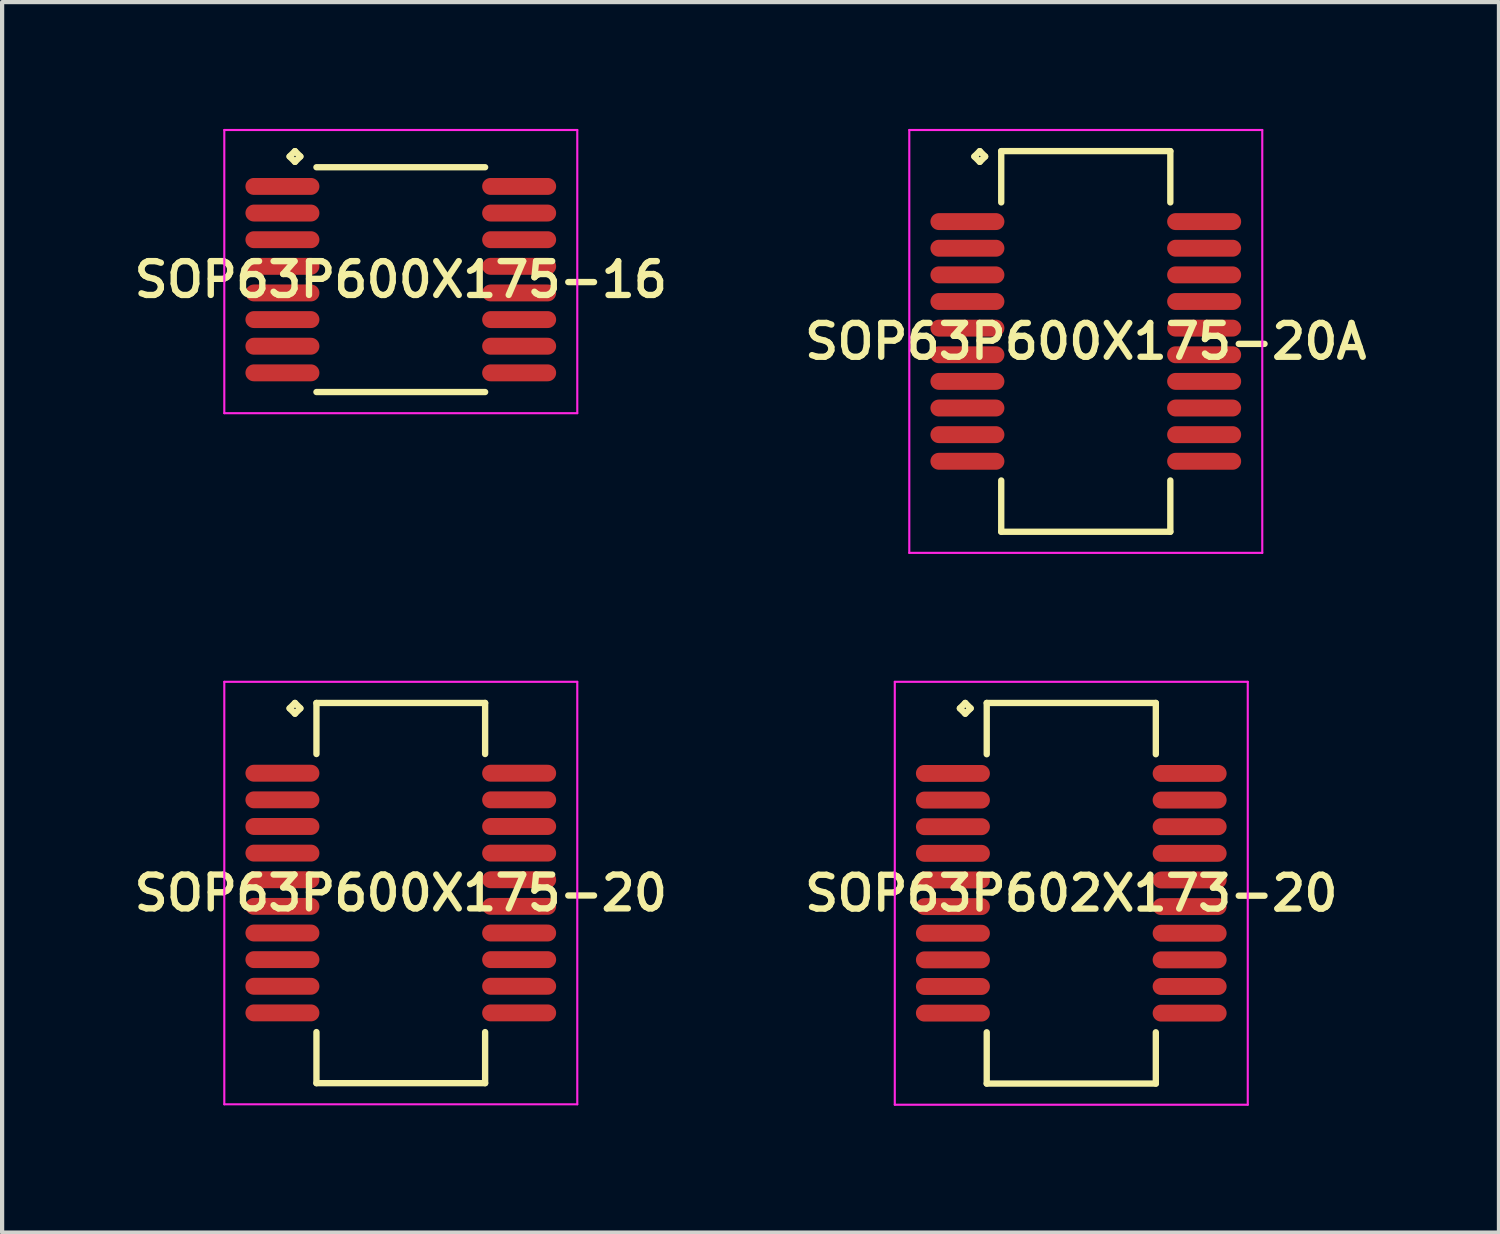
<source format=kicad_pcb>
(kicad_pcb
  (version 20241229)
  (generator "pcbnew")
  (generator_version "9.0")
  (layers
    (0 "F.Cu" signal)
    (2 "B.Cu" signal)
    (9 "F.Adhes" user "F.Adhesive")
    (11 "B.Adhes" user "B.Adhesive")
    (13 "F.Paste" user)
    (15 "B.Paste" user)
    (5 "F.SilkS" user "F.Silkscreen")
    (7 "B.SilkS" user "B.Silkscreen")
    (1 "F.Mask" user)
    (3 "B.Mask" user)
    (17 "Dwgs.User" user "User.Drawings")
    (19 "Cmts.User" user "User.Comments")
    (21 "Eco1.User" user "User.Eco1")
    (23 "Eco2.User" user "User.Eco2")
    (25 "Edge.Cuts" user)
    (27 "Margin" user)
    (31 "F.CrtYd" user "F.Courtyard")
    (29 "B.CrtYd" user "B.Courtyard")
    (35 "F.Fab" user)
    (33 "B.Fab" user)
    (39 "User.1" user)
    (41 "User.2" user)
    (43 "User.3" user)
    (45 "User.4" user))
  (footprint "SOP63P600X175-16"
    (layer "F.Cu")
    (at 6.431 3.565)
    (property "Reference" "SOP63P600X175-16" (at 0 0 0) (layer "F.SilkS") (effects (font (size 0.8 0.8) (thickness 0.15))))
    (attr smd)
    (fp_line (start -2.63 -2.913) (end -2.503 -3.04) (stroke (width 0.15) (type solid)) (layer "F.SilkS"))
    (fp_line (start -2.503 -3.04) (end -2.376 -2.913) (stroke (width 0.15) (type solid)) (layer "F.SilkS"))
    (fp_line (start -2.503 -2.786) (end -2.63 -2.913) (stroke (width 0.15) (type solid)) (layer "F.SilkS"))
    (fp_line (start -2.376 -2.913) (end -2.503 -2.786) (stroke (width 0.15) (type solid)) (layer "F.SilkS"))
    (fp_line (start -1.995 -2.659) (end 1.995 -2.659) (stroke (width 0.15) (type solid)) (layer "F.SilkS"))
    (fp_line (start -1.995 2.659) (end 1.995 2.659) (stroke (width 0.15) (type solid)) (layer "F.SilkS"))
    (fp_line (start -4.175 -3.54) (end 4.175 -3.54) (stroke (width 0.05) (type solid)) (layer "F.CrtYd"))
    (fp_line (start -4.175 3.159) (end -4.175 -3.54) (stroke (width 0.05) (type solid)) (layer "F.CrtYd"))
    (fp_line (start 4.175 -3.54) (end 4.175 3.159) (stroke (width 0.05) (type solid)) (layer "F.CrtYd"))
    (fp_line (start 4.175 3.159) (end -4.175 3.159) (stroke (width 0.05) (type solid)) (layer "F.CrtYd"))
    (pad "1" smd oval (at -2.8 -2.205) (size 1.75 0.4) (layers "F.Cu" "F.Mask" "F.Paste"))
    (pad "2" smd oval (at -2.8 -1.575) (size 1.75 0.4) (layers "F.Cu" "F.Mask" "F.Paste"))
    (pad "3" smd oval (at -2.8 -0.945) (size 1.75 0.4) (layers "F.Cu" "F.Mask" "F.Paste"))
    (pad "4" smd oval (at -2.8 -0.315) (size 1.75 0.4) (layers "F.Cu" "F.Mask" "F.Paste"))
    (pad "5" smd oval (at -2.8 0.315) (size 1.75 0.4) (layers "F.Cu" "F.Mask" "F.Paste"))
    (pad "6" smd oval (at -2.8 0.945) (size 1.75 0.4) (layers "F.Cu" "F.Mask" "F.Paste"))
    (pad "7" smd oval (at -2.8 1.575) (size 1.75 0.4) (layers "F.Cu" "F.Mask" "F.Paste"))
    (pad "8" smd oval (at -2.8 2.205) (size 1.75 0.4) (layers "F.Cu" "F.Mask" "F.Paste"))
    (pad "9" smd oval (at 2.8 2.205) (size 1.75 0.4) (layers "F.Cu" "F.Mask" "F.Paste"))
    (pad "10" smd oval (at 2.8 1.575) (size 1.75 0.4) (layers "F.Cu" "F.Mask" "F.Paste"))
    (pad "11" smd oval (at 2.8 0.945) (size 1.75 0.4) (layers "F.Cu" "F.Mask" "F.Paste"))
    (pad "12" smd oval (at 2.8 0.315) (size 1.75 0.4) (layers "F.Cu" "F.Mask" "F.Paste"))
    (pad "13" smd oval (at 2.8 -0.315) (size 1.75 0.4) (layers "F.Cu" "F.Mask" "F.Paste"))
    (pad "14" smd oval (at 2.8 -0.945) (size 1.75 0.4) (layers "F.Cu" "F.Mask" "F.Paste"))
    (pad "15" smd oval (at 2.8 -1.575) (size 1.75 0.4) (layers "F.Cu" "F.Mask" "F.Paste"))
    (pad "16" smd oval (at 2.8 -2.205) (size 1.75 0.4) (layers "F.Cu" "F.Mask" "F.Paste")))
  (footprint "SOP63P602X173-20"
    (layer "F.Cu")
    (at 22.292 18.081)
    (property "Reference" "SOP63P602X173-20" (at 0 0 0) (layer "F.SilkS") (effects (font (size 0.8 0.8) (thickness 0.15))))
    (attr smd)
    (fp_line (start -2.635 -4.375) (end -2.508 -4.502) (stroke (width 0.15) (type solid)) (layer "F.SilkS"))
    (fp_line (start -2.508 -4.502) (end -2.381 -4.375) (stroke (width 0.15) (type solid)) (layer "F.SilkS"))
    (fp_line (start -2.508 -4.248) (end -2.635 -4.375) (stroke (width 0.15) (type solid)) (layer "F.SilkS"))
    (fp_line (start -2.381 -4.375) (end -2.508 -4.248) (stroke (width 0.15) (type solid)) (layer "F.SilkS"))
    (fp_line (start -2 -4.502) (end 2 -4.502) (stroke (width 0.15) (type solid)) (layer "F.SilkS"))
    (fp_line (start -2 -3.289) (end -2 -4.502) (stroke (width 0.15) (type solid)) (layer "F.SilkS"))
    (fp_line (start -2 3.289) (end -2 4.502) (stroke (width 0.15) (type solid)) (layer "F.SilkS"))
    (fp_line (start -2 4.502) (end 2 4.502) (stroke (width 0.15) (type solid)) (layer "F.SilkS"))
    (fp_line (start 2 -4.502) (end 2 -3.289) (stroke (width 0.15) (type solid)) (layer "F.SilkS"))
    (fp_line (start 2 4.502) (end 2 3.289) (stroke (width 0.15) (type solid)) (layer "F.SilkS"))
    (fp_line (start -4.175 -5.002) (end 4.175 -5.002) (stroke (width 0.05) (type solid)) (layer "F.CrtYd"))
    (fp_line (start -4.175 5.002) (end -4.175 -5.002) (stroke (width 0.05) (type solid)) (layer "F.CrtYd"))
    (fp_line (start 4.175 -5.002) (end 4.175 5.002) (stroke (width 0.05) (type solid)) (layer "F.CrtYd"))
    (fp_line (start 4.175 5.002) (end -4.175 5.002) (stroke (width 0.05) (type solid)) (layer "F.CrtYd"))
    (pad "1" smd oval (at -2.8 -2.835) (size 1.75 0.4) (layers "F.Cu" "F.Mask" "F.Paste"))
    (pad "2" smd oval (at -2.8 -2.205) (size 1.75 0.4) (layers "F.Cu" "F.Mask" "F.Paste"))
    (pad "3" smd oval (at -2.8 -1.575) (size 1.75 0.4) (layers "F.Cu" "F.Mask" "F.Paste"))
    (pad "4" smd oval (at -2.8 -0.945) (size 1.75 0.4) (layers "F.Cu" "F.Mask" "F.Paste"))
    (pad "5" smd oval (at -2.8 -0.315) (size 1.75 0.4) (layers "F.Cu" "F.Mask" "F.Paste"))
    (pad "6" smd oval (at -2.8 0.315) (size 1.75 0.4) (layers "F.Cu" "F.Mask" "F.Paste"))
    (pad "7" smd oval (at -2.8 0.945) (size 1.75 0.4) (layers "F.Cu" "F.Mask" "F.Paste"))
    (pad "8" smd oval (at -2.8 1.575) (size 1.75 0.4) (layers "F.Cu" "F.Mask" "F.Paste"))
    (pad "9" smd oval (at -2.8 2.205) (size 1.75 0.4) (layers "F.Cu" "F.Mask" "F.Paste"))
    (pad "10" smd oval (at -2.8 2.835) (size 1.75 0.4) (layers "F.Cu" "F.Mask" "F.Paste"))
    (pad "11" smd oval (at 2.8 2.835) (size 1.75 0.4) (layers "F.Cu" "F.Mask" "F.Paste"))
    (pad "12" smd oval (at 2.8 2.205) (size 1.75 0.4) (layers "F.Cu" "F.Mask" "F.Paste"))
    (pad "13" smd oval (at 2.8 1.575) (size 1.75 0.4) (layers "F.Cu" "F.Mask" "F.Paste"))
    (pad "14" smd oval (at 2.8 0.945) (size 1.75 0.4) (layers "F.Cu" "F.Mask" "F.Paste"))
    (pad "15" smd oval (at 2.8 0.315) (size 1.75 0.4) (layers "F.Cu" "F.Mask" "F.Paste"))
    (pad "16" smd oval (at 2.8 -0.315) (size 1.75 0.4) (layers "F.Cu" "F.Mask" "F.Paste"))
    (pad "17" smd oval (at 2.8 -0.945) (size 1.75 0.4) (layers "F.Cu" "F.Mask" "F.Paste"))
    (pad "18" smd oval (at 2.8 -1.575) (size 1.75 0.4) (layers "F.Cu" "F.Mask" "F.Paste"))
    (pad "19" smd oval (at 2.8 -2.205) (size 1.75 0.4) (layers "F.Cu" "F.Mask" "F.Paste"))
    (pad "20" smd oval (at 2.8 -2.835) (size 1.75 0.4) (layers "F.Cu" "F.Mask" "F.Paste")))
  (footprint "SOP63P600X175-20A"
    (layer "F.Cu")
    (at 22.635 5.027)
    (property "Reference" "SOP63P600X175-20A" (at 0 0 0) (layer "F.SilkS") (effects (font (size 0.8 0.8) (thickness 0.15))))
    (attr smd)
    (fp_line (start -2.635 -4.375) (end -2.508 -4.502) (stroke (width 0.15) (type solid)) (layer "F.SilkS"))
    (fp_line (start -2.508 -4.502) (end -2.381 -4.375) (stroke (width 0.15) (type solid)) (layer "F.SilkS"))
    (fp_line (start -2.508 -4.248) (end -2.635 -4.375) (stroke (width 0.15) (type solid)) (layer "F.SilkS"))
    (fp_line (start -2.381 -4.375) (end -2.508 -4.248) (stroke (width 0.15) (type solid)) (layer "F.SilkS"))
    (fp_line (start -2 -4.502) (end 2 -4.502) (stroke (width 0.15) (type solid)) (layer "F.SilkS"))
    (fp_line (start -2 -3.289) (end -2 -4.502) (stroke (width 0.15) (type solid)) (layer "F.SilkS"))
    (fp_line (start -2 3.289) (end -2 4.502) (stroke (width 0.15) (type solid)) (layer "F.SilkS"))
    (fp_line (start -2 4.502) (end 2 4.502) (stroke (width 0.15) (type solid)) (layer "F.SilkS"))
    (fp_line (start 2 -4.502) (end 2 -3.289) (stroke (width 0.15) (type solid)) (layer "F.SilkS"))
    (fp_line (start 2 4.502) (end 2 3.289) (stroke (width 0.15) (type solid)) (layer "F.SilkS"))
    (fp_line (start -4.175 -5.002) (end 4.175 -5.002) (stroke (width 0.05) (type solid)) (layer "F.CrtYd"))
    (fp_line (start -4.175 5.002) (end -4.175 -5.002) (stroke (width 0.05) (type solid)) (layer "F.CrtYd"))
    (fp_line (start 4.175 -5.002) (end 4.175 5.002) (stroke (width 0.05) (type solid)) (layer "F.CrtYd"))
    (fp_line (start 4.175 5.002) (end -4.175 5.002) (stroke (width 0.05) (type solid)) (layer "F.CrtYd"))
    (pad "1" smd oval (at -2.8 -2.835) (size 1.75 0.4) (layers "F.Cu" "F.Mask" "F.Paste"))
    (pad "2" smd oval (at -2.8 -2.205) (size 1.75 0.4) (layers "F.Cu" "F.Mask" "F.Paste"))
    (pad "3" smd oval (at -2.8 -1.575) (size 1.75 0.4) (layers "F.Cu" "F.Mask" "F.Paste"))
    (pad "4" smd oval (at -2.8 -0.945) (size 1.75 0.4) (layers "F.Cu" "F.Mask" "F.Paste"))
    (pad "5" smd oval (at -2.8 -0.315) (size 1.75 0.4) (layers "F.Cu" "F.Mask" "F.Paste"))
    (pad "6" smd oval (at -2.8 0.315) (size 1.75 0.4) (layers "F.Cu" "F.Mask" "F.Paste"))
    (pad "7" smd oval (at -2.8 0.945) (size 1.75 0.4) (layers "F.Cu" "F.Mask" "F.Paste"))
    (pad "8" smd oval (at -2.8 1.575) (size 1.75 0.4) (layers "F.Cu" "F.Mask" "F.Paste"))
    (pad "9" smd oval (at -2.8 2.205) (size 1.75 0.4) (layers "F.Cu" "F.Mask" "F.Paste"))
    (pad "10" smd oval (at -2.8 2.835) (size 1.75 0.4) (layers "F.Cu" "F.Mask" "F.Paste"))
    (pad "11" smd oval (at 2.8 2.835) (size 1.75 0.4) (layers "F.Cu" "F.Mask" "F.Paste"))
    (pad "12" smd oval (at 2.8 2.205) (size 1.75 0.4) (layers "F.Cu" "F.Mask" "F.Paste"))
    (pad "13" smd oval (at 2.8 1.575) (size 1.75 0.4) (layers "F.Cu" "F.Mask" "F.Paste"))
    (pad "14" smd oval (at 2.8 0.945) (size 1.75 0.4) (layers "F.Cu" "F.Mask" "F.Paste"))
    (pad "15" smd oval (at 2.8 0.315) (size 1.75 0.4) (layers "F.Cu" "F.Mask" "F.Paste"))
    (pad "16" smd oval (at 2.8 -0.315) (size 1.75 0.4) (layers "F.Cu" "F.Mask" "F.Paste"))
    (pad "17" smd oval (at 2.8 -0.945) (size 1.75 0.4) (layers "F.Cu" "F.Mask" "F.Paste"))
    (pad "18" smd oval (at 2.8 -1.575) (size 1.75 0.4) (layers "F.Cu" "F.Mask" "F.Paste"))
    (pad "19" smd oval (at 2.8 -2.205) (size 1.75 0.4) (layers "F.Cu" "F.Mask" "F.Paste"))
    (pad "20" smd oval (at 2.8 -2.835) (size 1.75 0.4) (layers "F.Cu" "F.Mask" "F.Paste")))
  (footprint "SOP63P600X175-20"
    (layer "F.Cu")
    (at 6.431 18.076)
    (property "Reference" "SOP63P600X175-20" (at 0 0 0) (layer "F.SilkS") (effects (font (size 0.8 0.8) (thickness 0.15))))
    (attr smd)
    (fp_line (start -2.63 -4.37) (end -2.503 -4.497) (stroke (width 0.15) (type solid)) (layer "F.SilkS"))
    (fp_line (start -2.503 -4.497) (end -2.376 -4.37) (stroke (width 0.15) (type solid)) (layer "F.SilkS"))
    (fp_line (start -2.503 -4.243) (end -2.63 -4.37) (stroke (width 0.15) (type solid)) (layer "F.SilkS"))
    (fp_line (start -2.376 -4.37) (end -2.503 -4.243) (stroke (width 0.15) (type solid)) (layer "F.SilkS"))
    (fp_line (start -1.995 -4.497) (end 1.995 -4.497) (stroke (width 0.15) (type solid)) (layer "F.SilkS"))
    (fp_line (start -1.995 -3.289) (end -1.995 -4.497) (stroke (width 0.15) (type solid)) (layer "F.SilkS"))
    (fp_line (start -1.995 3.289) (end -1.995 4.497) (stroke (width 0.15) (type solid)) (layer "F.SilkS"))
    (fp_line (start -1.995 4.497) (end 1.995 4.497) (stroke (width 0.15) (type solid)) (layer "F.SilkS"))
    (fp_line (start 1.995 -4.497) (end 1.995 -3.289) (stroke (width 0.15) (type solid)) (layer "F.SilkS"))
    (fp_line (start 1.995 4.497) (end 1.995 3.289) (stroke (width 0.15) (type solid)) (layer "F.SilkS"))
    (fp_line (start -4.175 -4.997) (end 4.175 -4.997) (stroke (width 0.05) (type solid)) (layer "F.CrtYd"))
    (fp_line (start -4.175 4.997) (end -4.175 -4.997) (stroke (width 0.05) (type solid)) (layer "F.CrtYd"))
    (fp_line (start 4.175 -4.997) (end 4.175 4.997) (stroke (width 0.05) (type solid)) (layer "F.CrtYd"))
    (fp_line (start 4.175 4.997) (end -4.175 4.997) (stroke (width 0.05) (type solid)) (layer "F.CrtYd"))
    (pad "1" smd oval (at -2.8 -2.835) (size 1.75 0.4) (layers "F.Cu" "F.Mask" "F.Paste"))
    (pad "2" smd oval (at -2.8 -2.205) (size 1.75 0.4) (layers "F.Cu" "F.Mask" "F.Paste"))
    (pad "3" smd oval (at -2.8 -1.575) (size 1.75 0.4) (layers "F.Cu" "F.Mask" "F.Paste"))
    (pad "4" smd oval (at -2.8 -0.945) (size 1.75 0.4) (layers "F.Cu" "F.Mask" "F.Paste"))
    (pad "5" smd oval (at -2.8 -0.315) (size 1.75 0.4) (layers "F.Cu" "F.Mask" "F.Paste"))
    (pad "6" smd oval (at -2.8 0.315) (size 1.75 0.4) (layers "F.Cu" "F.Mask" "F.Paste"))
    (pad "7" smd oval (at -2.8 0.945) (size 1.75 0.4) (layers "F.Cu" "F.Mask" "F.Paste"))
    (pad "8" smd oval (at -2.8 1.575) (size 1.75 0.4) (layers "F.Cu" "F.Mask" "F.Paste"))
    (pad "9" smd oval (at -2.8 2.205) (size 1.75 0.4) (layers "F.Cu" "F.Mask" "F.Paste"))
    (pad "10" smd oval (at -2.8 2.835) (size 1.75 0.4) (layers "F.Cu" "F.Mask" "F.Paste"))
    (pad "11" smd oval (at 2.8 2.835) (size 1.75 0.4) (layers "F.Cu" "F.Mask" "F.Paste"))
    (pad "12" smd oval (at 2.8 2.205) (size 1.75 0.4) (layers "F.Cu" "F.Mask" "F.Paste"))
    (pad "13" smd oval (at 2.8 1.575) (size 1.75 0.4) (layers "F.Cu" "F.Mask" "F.Paste"))
    (pad "14" smd oval (at 2.8 0.945) (size 1.75 0.4) (layers "F.Cu" "F.Mask" "F.Paste"))
    (pad "15" smd oval (at 2.8 0.315) (size 1.75 0.4) (layers "F.Cu" "F.Mask" "F.Paste"))
    (pad "16" smd oval (at 2.8 -0.315) (size 1.75 0.4) (layers "F.Cu" "F.Mask" "F.Paste"))
    (pad "17" smd oval (at 2.8 -0.945) (size 1.75 0.4) (layers "F.Cu" "F.Mask" "F.Paste"))
    (pad "18" smd oval (at 2.8 -1.575) (size 1.75 0.4) (layers "F.Cu" "F.Mask" "F.Paste"))
    (pad "19" smd oval (at 2.8 -2.205) (size 1.75 0.4) (layers "F.Cu" "F.Mask" "F.Paste"))
    (pad "20" smd oval (at 2.8 -2.835) (size 1.75 0.4) (layers "F.Cu" "F.Mask" "F.Paste")))
  (gr_rect
    (start -3 -3)
    (end 32.409 26.108)
    (stroke (width 0.1) (type default))
    (fill no)
    (layer "Edge.Cuts")))
</source>
